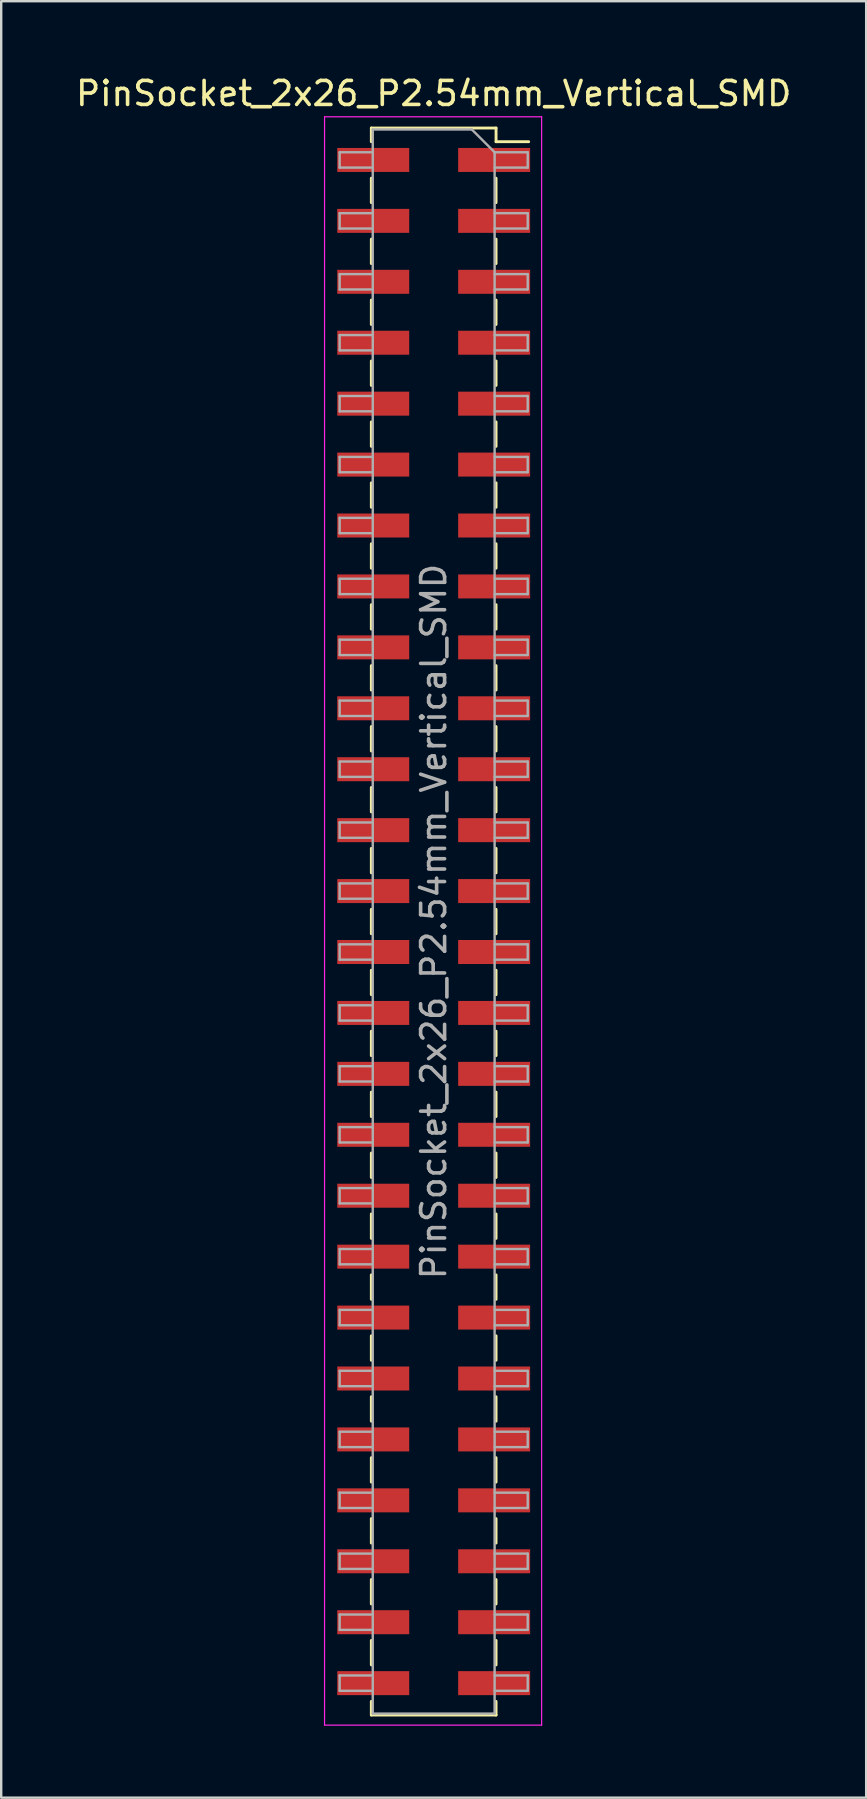
<source format=kicad_pcb>
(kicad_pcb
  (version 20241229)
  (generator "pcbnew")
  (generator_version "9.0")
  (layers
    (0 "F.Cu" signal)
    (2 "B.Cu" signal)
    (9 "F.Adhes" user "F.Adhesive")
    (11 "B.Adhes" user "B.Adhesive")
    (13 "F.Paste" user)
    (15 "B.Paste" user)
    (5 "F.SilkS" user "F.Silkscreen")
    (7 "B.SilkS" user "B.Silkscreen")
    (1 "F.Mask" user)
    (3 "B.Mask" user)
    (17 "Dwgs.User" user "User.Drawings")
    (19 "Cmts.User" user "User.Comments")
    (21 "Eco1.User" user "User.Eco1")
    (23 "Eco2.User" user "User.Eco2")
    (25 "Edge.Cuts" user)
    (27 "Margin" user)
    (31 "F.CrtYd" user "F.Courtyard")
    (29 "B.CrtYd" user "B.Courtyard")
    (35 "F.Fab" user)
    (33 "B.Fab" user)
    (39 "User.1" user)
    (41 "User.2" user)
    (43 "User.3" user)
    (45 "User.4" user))
  (footprint "PinSocket_2x26_P2.54mm_Vertical_SMD"
    (layer "F.Cu")
    (at 15.03 35.368)
    (property "Reference" "PinSocket_2x26_P2.54mm_Vertical_SMD" (at 0 -34.52 0) (layer "F.SilkS") (effects (font (size 1 1) (thickness 0.15))))
    (attr smd)
    (fp_line (start -2.6 -33.08) (end -2.6 -32.51) (stroke (width 0.12) (type solid)) (layer "F.SilkS"))
    (fp_line (start -2.6 -33.08) (end 2.6 -33.08) (stroke (width 0.12) (type solid)) (layer "F.SilkS"))
    (fp_line (start -2.6 -30.99) (end -2.6 -29.97) (stroke (width 0.12) (type solid)) (layer "F.SilkS"))
    (fp_line (start -2.6 -28.45) (end -2.6 -27.43) (stroke (width 0.12) (type solid)) (layer "F.SilkS"))
    (fp_line (start -2.6 -25.91) (end -2.6 -24.89) (stroke (width 0.12) (type solid)) (layer "F.SilkS"))
    (fp_line (start -2.6 -23.37) (end -2.6 -22.35) (stroke (width 0.12) (type solid)) (layer "F.SilkS"))
    (fp_line (start -2.6 -20.83) (end -2.6 -19.81) (stroke (width 0.12) (type solid)) (layer "F.SilkS"))
    (fp_line (start -2.6 -18.29) (end -2.6 -17.27) (stroke (width 0.12) (type solid)) (layer "F.SilkS"))
    (fp_line (start -2.6 -15.75) (end -2.6 -14.73) (stroke (width 0.12) (type solid)) (layer "F.SilkS"))
    (fp_line (start -2.6 -13.21) (end -2.6 -12.19) (stroke (width 0.12) (type solid)) (layer "F.SilkS"))
    (fp_line (start -2.6 -10.67) (end -2.6 -9.65) (stroke (width 0.12) (type solid)) (layer "F.SilkS"))
    (fp_line (start -2.6 -8.13) (end -2.6 -7.11) (stroke (width 0.12) (type solid)) (layer "F.SilkS"))
    (fp_line (start -2.6 -5.59) (end -2.6 -4.57) (stroke (width 0.12) (type solid)) (layer "F.SilkS"))
    (fp_line (start -2.6 -3.05) (end -2.6 -2.03) (stroke (width 0.12) (type solid)) (layer "F.SilkS"))
    (fp_line (start -2.6 -0.51) (end -2.6 0.51) (stroke (width 0.12) (type solid)) (layer "F.SilkS"))
    (fp_line (start -2.6 2.03) (end -2.6 3.05) (stroke (width 0.12) (type solid)) (layer "F.SilkS"))
    (fp_line (start -2.6 4.57) (end -2.6 5.59) (stroke (width 0.12) (type solid)) (layer "F.SilkS"))
    (fp_line (start -2.6 7.11) (end -2.6 8.13) (stroke (width 0.12) (type solid)) (layer "F.SilkS"))
    (fp_line (start -2.6 9.65) (end -2.6 10.67) (stroke (width 0.12) (type solid)) (layer "F.SilkS"))
    (fp_line (start -2.6 12.19) (end -2.6 13.21) (stroke (width 0.12) (type solid)) (layer "F.SilkS"))
    (fp_line (start -2.6 14.73) (end -2.6 15.75) (stroke (width 0.12) (type solid)) (layer "F.SilkS"))
    (fp_line (start -2.6 17.27) (end -2.6 18.29) (stroke (width 0.12) (type solid)) (layer "F.SilkS"))
    (fp_line (start -2.6 19.81) (end -2.6 20.83) (stroke (width 0.12) (type solid)) (layer "F.SilkS"))
    (fp_line (start -2.6 22.35) (end -2.6 23.37) (stroke (width 0.12) (type solid)) (layer "F.SilkS"))
    (fp_line (start -2.6 24.89) (end -2.6 25.91) (stroke (width 0.12) (type solid)) (layer "F.SilkS"))
    (fp_line (start -2.6 27.43) (end -2.6 28.45) (stroke (width 0.12) (type solid)) (layer "F.SilkS"))
    (fp_line (start -2.6 29.97) (end -2.6 30.99) (stroke (width 0.12) (type solid)) (layer "F.SilkS"))
    (fp_line (start -2.6 32.51) (end -2.6 33.08) (stroke (width 0.12) (type solid)) (layer "F.SilkS"))
    (fp_line (start -2.6 33.08) (end 2.6 33.08) (stroke (width 0.12) (type solid)) (layer "F.SilkS"))
    (fp_line (start 2.6 -33.08) (end 2.6 -32.51) (stroke (width 0.12) (type solid)) (layer "F.SilkS"))
    (fp_line (start 2.6 -32.51) (end 3.96 -32.51) (stroke (width 0.12) (type solid)) (layer "F.SilkS"))
    (fp_line (start 2.6 -30.99) (end 2.6 -29.97) (stroke (width 0.12) (type solid)) (layer "F.SilkS"))
    (fp_line (start 2.6 -28.45) (end 2.6 -27.43) (stroke (width 0.12) (type solid)) (layer "F.SilkS"))
    (fp_line (start 2.6 -25.91) (end 2.6 -24.89) (stroke (width 0.12) (type solid)) (layer "F.SilkS"))
    (fp_line (start 2.6 -23.37) (end 2.6 -22.35) (stroke (width 0.12) (type solid)) (layer "F.SilkS"))
    (fp_line (start 2.6 -20.83) (end 2.6 -19.81) (stroke (width 0.12) (type solid)) (layer "F.SilkS"))
    (fp_line (start 2.6 -18.29) (end 2.6 -17.27) (stroke (width 0.12) (type solid)) (layer "F.SilkS"))
    (fp_line (start 2.6 -15.75) (end 2.6 -14.73) (stroke (width 0.12) (type solid)) (layer "F.SilkS"))
    (fp_line (start 2.6 -13.21) (end 2.6 -12.19) (stroke (width 0.12) (type solid)) (layer "F.SilkS"))
    (fp_line (start 2.6 -10.67) (end 2.6 -9.65) (stroke (width 0.12) (type solid)) (layer "F.SilkS"))
    (fp_line (start 2.6 -8.13) (end 2.6 -7.11) (stroke (width 0.12) (type solid)) (layer "F.SilkS"))
    (fp_line (start 2.6 -5.59) (end 2.6 -4.57) (stroke (width 0.12) (type solid)) (layer "F.SilkS"))
    (fp_line (start 2.6 -3.05) (end 2.6 -2.03) (stroke (width 0.12) (type solid)) (layer "F.SilkS"))
    (fp_line (start 2.6 -0.51) (end 2.6 0.51) (stroke (width 0.12) (type solid)) (layer "F.SilkS"))
    (fp_line (start 2.6 2.03) (end 2.6 3.05) (stroke (width 0.12) (type solid)) (layer "F.SilkS"))
    (fp_line (start 2.6 4.57) (end 2.6 5.59) (stroke (width 0.12) (type solid)) (layer "F.SilkS"))
    (fp_line (start 2.6 7.11) (end 2.6 8.13) (stroke (width 0.12) (type solid)) (layer "F.SilkS"))
    (fp_line (start 2.6 9.65) (end 2.6 10.67) (stroke (width 0.12) (type solid)) (layer "F.SilkS"))
    (fp_line (start 2.6 12.19) (end 2.6 13.21) (stroke (width 0.12) (type solid)) (layer "F.SilkS"))
    (fp_line (start 2.6 14.73) (end 2.6 15.75) (stroke (width 0.12) (type solid)) (layer "F.SilkS"))
    (fp_line (start 2.6 17.27) (end 2.6 18.29) (stroke (width 0.12) (type solid)) (layer "F.SilkS"))
    (fp_line (start 2.6 19.81) (end 2.6 20.83) (stroke (width 0.12) (type solid)) (layer "F.SilkS"))
    (fp_line (start 2.6 22.35) (end 2.6 23.37) (stroke (width 0.12) (type solid)) (layer "F.SilkS"))
    (fp_line (start 2.6 24.89) (end 2.6 25.91) (stroke (width 0.12) (type solid)) (layer "F.SilkS"))
    (fp_line (start 2.6 27.43) (end 2.6 28.45) (stroke (width 0.12) (type solid)) (layer "F.SilkS"))
    (fp_line (start 2.6 29.97) (end 2.6 30.99) (stroke (width 0.12) (type solid)) (layer "F.SilkS"))
    (fp_line (start 2.6 32.51) (end 2.6 33.08) (stroke (width 0.12) (type solid)) (layer "F.SilkS"))
    (fp_line (start -4.55 -33.55) (end 4.5 -33.55) (stroke (width 0.05) (type solid)) (layer "F.CrtYd"))
    (fp_line (start -4.55 33.5) (end -4.55 -33.55) (stroke (width 0.05) (type solid)) (layer "F.CrtYd"))
    (fp_line (start 4.5 -33.55) (end 4.5 33.5) (stroke (width 0.05) (type solid)) (layer "F.CrtYd"))
    (fp_line (start 4.5 33.5) (end -4.55 33.5) (stroke (width 0.05) (type solid)) (layer "F.CrtYd"))
    (fp_line (start -3.92 -32.07) (end -2.54 -32.07) (stroke (width 0.1) (type solid)) (layer "F.Fab"))
    (fp_line (start -3.92 -31.43) (end -3.92 -32.07) (stroke (width 0.1) (type solid)) (layer "F.Fab"))
    (fp_line (start -3.92 -29.53) (end -2.54 -29.53) (stroke (width 0.1) (type solid)) (layer "F.Fab"))
    (fp_line (start -3.92 -28.89) (end -3.92 -29.53) (stroke (width 0.1) (type solid)) (layer "F.Fab"))
    (fp_line (start -3.92 -26.99) (end -2.54 -26.99) (stroke (width 0.1) (type solid)) (layer "F.Fab"))
    (fp_line (start -3.92 -26.35) (end -3.92 -26.99) (stroke (width 0.1) (type solid)) (layer "F.Fab"))
    (fp_line (start -3.92 -24.45) (end -2.54 -24.45) (stroke (width 0.1) (type solid)) (layer "F.Fab"))
    (fp_line (start -3.92 -23.81) (end -3.92 -24.45) (stroke (width 0.1) (type solid)) (layer "F.Fab"))
    (fp_line (start -3.92 -21.91) (end -2.54 -21.91) (stroke (width 0.1) (type solid)) (layer "F.Fab"))
    (fp_line (start -3.92 -21.27) (end -3.92 -21.91) (stroke (width 0.1) (type solid)) (layer "F.Fab"))
    (fp_line (start -3.92 -19.37) (end -2.54 -19.37) (stroke (width 0.1) (type solid)) (layer "F.Fab"))
    (fp_line (start -3.92 -18.73) (end -3.92 -19.37) (stroke (width 0.1) (type solid)) (layer "F.Fab"))
    (fp_line (start -3.92 -16.83) (end -2.54 -16.83) (stroke (width 0.1) (type solid)) (layer "F.Fab"))
    (fp_line (start -3.92 -16.19) (end -3.92 -16.83) (stroke (width 0.1) (type solid)) (layer "F.Fab"))
    (fp_line (start -3.92 -14.29) (end -2.54 -14.29) (stroke (width 0.1) (type solid)) (layer "F.Fab"))
    (fp_line (start -3.92 -13.65) (end -3.92 -14.29) (stroke (width 0.1) (type solid)) (layer "F.Fab"))
    (fp_line (start -3.92 -11.75) (end -2.54 -11.75) (stroke (width 0.1) (type solid)) (layer "F.Fab"))
    (fp_line (start -3.92 -11.11) (end -3.92 -11.75) (stroke (width 0.1) (type solid)) (layer "F.Fab"))
    (fp_line (start -3.92 -9.21) (end -2.54 -9.21) (stroke (width 0.1) (type solid)) (layer "F.Fab"))
    (fp_line (start -3.92 -8.57) (end -3.92 -9.21) (stroke (width 0.1) (type solid)) (layer "F.Fab"))
    (fp_line (start -3.92 -6.67) (end -2.54 -6.67) (stroke (width 0.1) (type solid)) (layer "F.Fab"))
    (fp_line (start -3.92 -6.03) (end -3.92 -6.67) (stroke (width 0.1) (type solid)) (layer "F.Fab"))
    (fp_line (start -3.92 -4.13) (end -2.54 -4.13) (stroke (width 0.1) (type solid)) (layer "F.Fab"))
    (fp_line (start -3.92 -3.49) (end -3.92 -4.13) (stroke (width 0.1) (type solid)) (layer "F.Fab"))
    (fp_line (start -3.92 -1.59) (end -2.54 -1.59) (stroke (width 0.1) (type solid)) (layer "F.Fab"))
    (fp_line (start -3.92 -0.95) (end -3.92 -1.59) (stroke (width 0.1) (type solid)) (layer "F.Fab"))
    (fp_line (start -3.92 0.95) (end -2.54 0.95) (stroke (width 0.1) (type solid)) (layer "F.Fab"))
    (fp_line (start -3.92 1.59) (end -3.92 0.95) (stroke (width 0.1) (type solid)) (layer "F.Fab"))
    (fp_line (start -3.92 3.49) (end -2.54 3.49) (stroke (width 0.1) (type solid)) (layer "F.Fab"))
    (fp_line (start -3.92 4.13) (end -3.92 3.49) (stroke (width 0.1) (type solid)) (layer "F.Fab"))
    (fp_line (start -3.92 6.03) (end -2.54 6.03) (stroke (width 0.1) (type solid)) (layer "F.Fab"))
    (fp_line (start -3.92 6.67) (end -3.92 6.03) (stroke (width 0.1) (type solid)) (layer "F.Fab"))
    (fp_line (start -3.92 8.57) (end -2.54 8.57) (stroke (width 0.1) (type solid)) (layer "F.Fab"))
    (fp_line (start -3.92 9.21) (end -3.92 8.57) (stroke (width 0.1) (type solid)) (layer "F.Fab"))
    (fp_line (start -3.92 11.11) (end -2.54 11.11) (stroke (width 0.1) (type solid)) (layer "F.Fab"))
    (fp_line (start -3.92 11.75) (end -3.92 11.11) (stroke (width 0.1) (type solid)) (layer "F.Fab"))
    (fp_line (start -3.92 13.65) (end -2.54 13.65) (stroke (width 0.1) (type solid)) (layer "F.Fab"))
    (fp_line (start -3.92 14.29) (end -3.92 13.65) (stroke (width 0.1) (type solid)) (layer "F.Fab"))
    (fp_line (start -3.92 16.19) (end -2.54 16.19) (stroke (width 0.1) (type solid)) (layer "F.Fab"))
    (fp_line (start -3.92 16.83) (end -3.92 16.19) (stroke (width 0.1) (type solid)) (layer "F.Fab"))
    (fp_line (start -3.92 18.73) (end -2.54 18.73) (stroke (width 0.1) (type solid)) (layer "F.Fab"))
    (fp_line (start -3.92 19.37) (end -3.92 18.73) (stroke (width 0.1) (type solid)) (layer "F.Fab"))
    (fp_line (start -3.92 21.27) (end -2.54 21.27) (stroke (width 0.1) (type solid)) (layer "F.Fab"))
    (fp_line (start -3.92 21.91) (end -3.92 21.27) (stroke (width 0.1) (type solid)) (layer "F.Fab"))
    (fp_line (start -3.92 23.81) (end -2.54 23.81) (stroke (width 0.1) (type solid)) (layer "F.Fab"))
    (fp_line (start -3.92 24.45) (end -3.92 23.81) (stroke (width 0.1) (type solid)) (layer "F.Fab"))
    (fp_line (start -3.92 26.35) (end -2.54 26.35) (stroke (width 0.1) (type solid)) (layer "F.Fab"))
    (fp_line (start -3.92 26.99) (end -3.92 26.35) (stroke (width 0.1) (type solid)) (layer "F.Fab"))
    (fp_line (start -3.92 28.89) (end -2.54 28.89) (stroke (width 0.1) (type solid)) (layer "F.Fab"))
    (fp_line (start -3.92 29.53) (end -3.92 28.89) (stroke (width 0.1) (type solid)) (layer "F.Fab"))
    (fp_line (start -3.92 31.43) (end -2.54 31.43) (stroke (width 0.1) (type solid)) (layer "F.Fab"))
    (fp_line (start -3.92 32.07) (end -3.92 31.43) (stroke (width 0.1) (type solid)) (layer "F.Fab"))
    (fp_line (start -2.54 -33.02) (end 1.59 -33.02) (stroke (width 0.1) (type solid)) (layer "F.Fab"))
    (fp_line (start -2.54 -31.43) (end -3.92 -31.43) (stroke (width 0.1) (type solid)) (layer "F.Fab"))
    (fp_line (start -2.54 -28.89) (end -3.92 -28.89) (stroke (width 0.1) (type solid)) (layer "F.Fab"))
    (fp_line (start -2.54 -26.35) (end -3.92 -26.35) (stroke (width 0.1) (type solid)) (layer "F.Fab"))
    (fp_line (start -2.54 -23.81) (end -3.92 -23.81) (stroke (width 0.1) (type solid)) (layer "F.Fab"))
    (fp_line (start -2.54 -21.27) (end -3.92 -21.27) (stroke (width 0.1) (type solid)) (layer "F.Fab"))
    (fp_line (start -2.54 -18.73) (end -3.92 -18.73) (stroke (width 0.1) (type solid)) (layer "F.Fab"))
    (fp_line (start -2.54 -16.19) (end -3.92 -16.19) (stroke (width 0.1) (type solid)) (layer "F.Fab"))
    (fp_line (start -2.54 -13.65) (end -3.92 -13.65) (stroke (width 0.1) (type solid)) (layer "F.Fab"))
    (fp_line (start -2.54 -11.11) (end -3.92 -11.11) (stroke (width 0.1) (type solid)) (layer "F.Fab"))
    (fp_line (start -2.54 -8.57) (end -3.92 -8.57) (stroke (width 0.1) (type solid)) (layer "F.Fab"))
    (fp_line (start -2.54 -6.03) (end -3.92 -6.03) (stroke (width 0.1) (type solid)) (layer "F.Fab"))
    (fp_line (start -2.54 -3.49) (end -3.92 -3.49) (stroke (width 0.1) (type solid)) (layer "F.Fab"))
    (fp_line (start -2.54 -0.95) (end -3.92 -0.95) (stroke (width 0.1) (type solid)) (layer "F.Fab"))
    (fp_line (start -2.54 1.59) (end -3.92 1.59) (stroke (width 0.1) (type solid)) (layer "F.Fab"))
    (fp_line (start -2.54 4.13) (end -3.92 4.13) (stroke (width 0.1) (type solid)) (layer "F.Fab"))
    (fp_line (start -2.54 6.67) (end -3.92 6.67) (stroke (width 0.1) (type solid)) (layer "F.Fab"))
    (fp_line (start -2.54 9.21) (end -3.92 9.21) (stroke (width 0.1) (type solid)) (layer "F.Fab"))
    (fp_line (start -2.54 11.75) (end -3.92 11.75) (stroke (width 0.1) (type solid)) (layer "F.Fab"))
    (fp_line (start -2.54 14.29) (end -3.92 14.29) (stroke (width 0.1) (type solid)) (layer "F.Fab"))
    (fp_line (start -2.54 16.83) (end -3.92 16.83) (stroke (width 0.1) (type solid)) (layer "F.Fab"))
    (fp_line (start -2.54 19.37) (end -3.92 19.37) (stroke (width 0.1) (type solid)) (layer "F.Fab"))
    (fp_line (start -2.54 21.91) (end -3.92 21.91) (stroke (width 0.1) (type solid)) (layer "F.Fab"))
    (fp_line (start -2.54 24.45) (end -3.92 24.45) (stroke (width 0.1) (type solid)) (layer "F.Fab"))
    (fp_line (start -2.54 26.99) (end -3.92 26.99) (stroke (width 0.1) (type solid)) (layer "F.Fab"))
    (fp_line (start -2.54 29.53) (end -3.92 29.53) (stroke (width 0.1) (type solid)) (layer "F.Fab"))
    (fp_line (start -2.54 32.07) (end -3.92 32.07) (stroke (width 0.1) (type solid)) (layer "F.Fab"))
    (fp_line (start -2.54 33.02) (end -2.54 -33.02) (stroke (width 0.1) (type solid)) (layer "F.Fab"))
    (fp_line (start 1.59 -33.02) (end 2.54 -32.07) (stroke (width 0.1) (type solid)) (layer "F.Fab"))
    (fp_line (start 2.54 -32.07) (end 2.54 33.02) (stroke (width 0.1) (type solid)) (layer "F.Fab"))
    (fp_line (start 2.54 -32.07) (end 3.92 -32.07) (stroke (width 0.1) (type solid)) (layer "F.Fab"))
    (fp_line (start 2.54 -29.53) (end 3.92 -29.53) (stroke (width 0.1) (type solid)) (layer "F.Fab"))
    (fp_line (start 2.54 -26.99) (end 3.92 -26.99) (stroke (width 0.1) (type solid)) (layer "F.Fab"))
    (fp_line (start 2.54 -24.45) (end 3.92 -24.45) (stroke (width 0.1) (type solid)) (layer "F.Fab"))
    (fp_line (start 2.54 -21.91) (end 3.92 -21.91) (stroke (width 0.1) (type solid)) (layer "F.Fab"))
    (fp_line (start 2.54 -19.37) (end 3.92 -19.37) (stroke (width 0.1) (type solid)) (layer "F.Fab"))
    (fp_line (start 2.54 -16.83) (end 3.92 -16.83) (stroke (width 0.1) (type solid)) (layer "F.Fab"))
    (fp_line (start 2.54 -14.29) (end 3.92 -14.29) (stroke (width 0.1) (type solid)) (layer "F.Fab"))
    (fp_line (start 2.54 -11.75) (end 3.92 -11.75) (stroke (width 0.1) (type solid)) (layer "F.Fab"))
    (fp_line (start 2.54 -9.21) (end 3.92 -9.21) (stroke (width 0.1) (type solid)) (layer "F.Fab"))
    (fp_line (start 2.54 -6.67) (end 3.92 -6.67) (stroke (width 0.1) (type solid)) (layer "F.Fab"))
    (fp_line (start 2.54 -4.13) (end 3.92 -4.13) (stroke (width 0.1) (type solid)) (layer "F.Fab"))
    (fp_line (start 2.54 -1.59) (end 3.92 -1.59) (stroke (width 0.1) (type solid)) (layer "F.Fab"))
    (fp_line (start 2.54 0.95) (end 3.92 0.95) (stroke (width 0.1) (type solid)) (layer "F.Fab"))
    (fp_line (start 2.54 3.49) (end 3.92 3.49) (stroke (width 0.1) (type solid)) (layer "F.Fab"))
    (fp_line (start 2.54 6.03) (end 3.92 6.03) (stroke (width 0.1) (type solid)) (layer "F.Fab"))
    (fp_line (start 2.54 8.57) (end 3.92 8.57) (stroke (width 0.1) (type solid)) (layer "F.Fab"))
    (fp_line (start 2.54 11.11) (end 3.92 11.11) (stroke (width 0.1) (type solid)) (layer "F.Fab"))
    (fp_line (start 2.54 13.65) (end 3.92 13.65) (stroke (width 0.1) (type solid)) (layer "F.Fab"))
    (fp_line (start 2.54 16.19) (end 3.92 16.19) (stroke (width 0.1) (type solid)) (layer "F.Fab"))
    (fp_line (start 2.54 18.73) (end 3.92 18.73) (stroke (width 0.1) (type solid)) (layer "F.Fab"))
    (fp_line (start 2.54 21.27) (end 3.92 21.27) (stroke (width 0.1) (type solid)) (layer "F.Fab"))
    (fp_line (start 2.54 23.81) (end 3.92 23.81) (stroke (width 0.1) (type solid)) (layer "F.Fab"))
    (fp_line (start 2.54 26.35) (end 3.92 26.35) (stroke (width 0.1) (type solid)) (layer "F.Fab"))
    (fp_line (start 2.54 28.89) (end 3.92 28.89) (stroke (width 0.1) (type solid)) (layer "F.Fab"))
    (fp_line (start 2.54 31.43) (end 3.92 31.43) (stroke (width 0.1) (type solid)) (layer "F.Fab"))
    (fp_line (start 2.54 33.02) (end -2.54 33.02) (stroke (width 0.1) (type solid)) (layer "F.Fab"))
    (fp_line (start 3.92 -32.07) (end 3.92 -31.43) (stroke (width 0.1) (type solid)) (layer "F.Fab"))
    (fp_line (start 3.92 -31.43) (end 2.54 -31.43) (stroke (width 0.1) (type solid)) (layer "F.Fab"))
    (fp_line (start 3.92 -29.53) (end 3.92 -28.89) (stroke (width 0.1) (type solid)) (layer "F.Fab"))
    (fp_line (start 3.92 -28.89) (end 2.54 -28.89) (stroke (width 0.1) (type solid)) (layer "F.Fab"))
    (fp_line (start 3.92 -26.99) (end 3.92 -26.35) (stroke (width 0.1) (type solid)) (layer "F.Fab"))
    (fp_line (start 3.92 -26.35) (end 2.54 -26.35) (stroke (width 0.1) (type solid)) (layer "F.Fab"))
    (fp_line (start 3.92 -24.45) (end 3.92 -23.81) (stroke (width 0.1) (type solid)) (layer "F.Fab"))
    (fp_line (start 3.92 -23.81) (end 2.54 -23.81) (stroke (width 0.1) (type solid)) (layer "F.Fab"))
    (fp_line (start 3.92 -21.91) (end 3.92 -21.27) (stroke (width 0.1) (type solid)) (layer "F.Fab"))
    (fp_line (start 3.92 -21.27) (end 2.54 -21.27) (stroke (width 0.1) (type solid)) (layer "F.Fab"))
    (fp_line (start 3.92 -19.37) (end 3.92 -18.73) (stroke (width 0.1) (type solid)) (layer "F.Fab"))
    (fp_line (start 3.92 -18.73) (end 2.54 -18.73) (stroke (width 0.1) (type solid)) (layer "F.Fab"))
    (fp_line (start 3.92 -16.83) (end 3.92 -16.19) (stroke (width 0.1) (type solid)) (layer "F.Fab"))
    (fp_line (start 3.92 -16.19) (end 2.54 -16.19) (stroke (width 0.1) (type solid)) (layer "F.Fab"))
    (fp_line (start 3.92 -14.29) (end 3.92 -13.65) (stroke (width 0.1) (type solid)) (layer "F.Fab"))
    (fp_line (start 3.92 -13.65) (end 2.54 -13.65) (stroke (width 0.1) (type solid)) (layer "F.Fab"))
    (fp_line (start 3.92 -11.75) (end 3.92 -11.11) (stroke (width 0.1) (type solid)) (layer "F.Fab"))
    (fp_line (start 3.92 -11.11) (end 2.54 -11.11) (stroke (width 0.1) (type solid)) (layer "F.Fab"))
    (fp_line (start 3.92 -9.21) (end 3.92 -8.57) (stroke (width 0.1) (type solid)) (layer "F.Fab"))
    (fp_line (start 3.92 -8.57) (end 2.54 -8.57) (stroke (width 0.1) (type solid)) (layer "F.Fab"))
    (fp_line (start 3.92 -6.67) (end 3.92 -6.03) (stroke (width 0.1) (type solid)) (layer "F.Fab"))
    (fp_line (start 3.92 -6.03) (end 2.54 -6.03) (stroke (width 0.1) (type solid)) (layer "F.Fab"))
    (fp_line (start 3.92 -4.13) (end 3.92 -3.49) (stroke (width 0.1) (type solid)) (layer "F.Fab"))
    (fp_line (start 3.92 -3.49) (end 2.54 -3.49) (stroke (width 0.1) (type solid)) (layer "F.Fab"))
    (fp_line (start 3.92 -1.59) (end 3.92 -0.95) (stroke (width 0.1) (type solid)) (layer "F.Fab"))
    (fp_line (start 3.92 -0.95) (end 2.54 -0.95) (stroke (width 0.1) (type solid)) (layer "F.Fab"))
    (fp_line (start 3.92 0.95) (end 3.92 1.59) (stroke (width 0.1) (type solid)) (layer "F.Fab"))
    (fp_line (start 3.92 1.59) (end 2.54 1.59) (stroke (width 0.1) (type solid)) (layer "F.Fab"))
    (fp_line (start 3.92 3.49) (end 3.92 4.13) (stroke (width 0.1) (type solid)) (layer "F.Fab"))
    (fp_line (start 3.92 4.13) (end 2.54 4.13) (stroke (width 0.1) (type solid)) (layer "F.Fab"))
    (fp_line (start 3.92 6.03) (end 3.92 6.67) (stroke (width 0.1) (type solid)) (layer "F.Fab"))
    (fp_line (start 3.92 6.67) (end 2.54 6.67) (stroke (width 0.1) (type solid)) (layer "F.Fab"))
    (fp_line (start 3.92 8.57) (end 3.92 9.21) (stroke (width 0.1) (type solid)) (layer "F.Fab"))
    (fp_line (start 3.92 9.21) (end 2.54 9.21) (stroke (width 0.1) (type solid)) (layer "F.Fab"))
    (fp_line (start 3.92 11.11) (end 3.92 11.75) (stroke (width 0.1) (type solid)) (layer "F.Fab"))
    (fp_line (start 3.92 11.75) (end 2.54 11.75) (stroke (width 0.1) (type solid)) (layer "F.Fab"))
    (fp_line (start 3.92 13.65) (end 3.92 14.29) (stroke (width 0.1) (type solid)) (layer "F.Fab"))
    (fp_line (start 3.92 14.29) (end 2.54 14.29) (stroke (width 0.1) (type solid)) (layer "F.Fab"))
    (fp_line (start 3.92 16.19) (end 3.92 16.83) (stroke (width 0.1) (type solid)) (layer "F.Fab"))
    (fp_line (start 3.92 16.83) (end 2.54 16.83) (stroke (width 0.1) (type solid)) (layer "F.Fab"))
    (fp_line (start 3.92 18.73) (end 3.92 19.37) (stroke (width 0.1) (type solid)) (layer "F.Fab"))
    (fp_line (start 3.92 19.37) (end 2.54 19.37) (stroke (width 0.1) (type solid)) (layer "F.Fab"))
    (fp_line (start 3.92 21.27) (end 3.92 21.91) (stroke (width 0.1) (type solid)) (layer "F.Fab"))
    (fp_line (start 3.92 21.91) (end 2.54 21.91) (stroke (width 0.1) (type solid)) (layer "F.Fab"))
    (fp_line (start 3.92 23.81) (end 3.92 24.45) (stroke (width 0.1) (type solid)) (layer "F.Fab"))
    (fp_line (start 3.92 24.45) (end 2.54 24.45) (stroke (width 0.1) (type solid)) (layer "F.Fab"))
    (fp_line (start 3.92 26.35) (end 3.92 26.99) (stroke (width 0.1) (type solid)) (layer "F.Fab"))
    (fp_line (start 3.92 26.99) (end 2.54 26.99) (stroke (width 0.1) (type solid)) (layer "F.Fab"))
    (fp_line (start 3.92 28.89) (end 3.92 29.53) (stroke (width 0.1) (type solid)) (layer "F.Fab"))
    (fp_line (start 3.92 29.53) (end 2.54 29.53) (stroke (width 0.1) (type solid)) (layer "F.Fab"))
    (fp_line (start 3.92 31.43) (end 3.92 32.07) (stroke (width 0.1) (type solid)) (layer "F.Fab"))
    (fp_line (start 3.92 32.07) (end 2.54 32.07) (stroke (width 0.1) (type solid)) (layer "F.Fab"))
    (fp_text user "${REFERENCE}" (at 0 0 90) (layer "F.Fab") (effects (font (size 1 1) (thickness 0.15))))
    (pad "1" smd rect (at 2.52 -31.75) (size 3 1) (layers "F.Cu" "F.Mask" "F.Paste"))
    (pad "2" smd rect (at -2.52 -31.75) (size 3 1) (layers "F.Cu" "F.Mask" "F.Paste"))
    (pad "3" smd rect (at 2.52 -29.21) (size 3 1) (layers "F.Cu" "F.Mask" "F.Paste"))
    (pad "4" smd rect (at -2.52 -29.21) (size 3 1) (layers "F.Cu" "F.Mask" "F.Paste"))
    (pad "5" smd rect (at 2.52 -26.67) (size 3 1) (layers "F.Cu" "F.Mask" "F.Paste"))
    (pad "6" smd rect (at -2.52 -26.67) (size 3 1) (layers "F.Cu" "F.Mask" "F.Paste"))
    (pad "7" smd rect (at 2.52 -24.13) (size 3 1) (layers "F.Cu" "F.Mask" "F.Paste"))
    (pad "8" smd rect (at -2.52 -24.13) (size 3 1) (layers "F.Cu" "F.Mask" "F.Paste"))
    (pad "9" smd rect (at 2.52 -21.59) (size 3 1) (layers "F.Cu" "F.Mask" "F.Paste"))
    (pad "10" smd rect (at -2.52 -21.59) (size 3 1) (layers "F.Cu" "F.Mask" "F.Paste"))
    (pad "11" smd rect (at 2.52 -19.05) (size 3 1) (layers "F.Cu" "F.Mask" "F.Paste"))
    (pad "12" smd rect (at -2.52 -19.05) (size 3 1) (layers "F.Cu" "F.Mask" "F.Paste"))
    (pad "13" smd rect (at 2.52 -16.51) (size 3 1) (layers "F.Cu" "F.Mask" "F.Paste"))
    (pad "14" smd rect (at -2.52 -16.51) (size 3 1) (layers "F.Cu" "F.Mask" "F.Paste"))
    (pad "15" smd rect (at 2.52 -13.97) (size 3 1) (layers "F.Cu" "F.Mask" "F.Paste"))
    (pad "16" smd rect (at -2.52 -13.97) (size 3 1) (layers "F.Cu" "F.Mask" "F.Paste"))
    (pad "17" smd rect (at 2.52 -11.43) (size 3 1) (layers "F.Cu" "F.Mask" "F.Paste"))
    (pad "18" smd rect (at -2.52 -11.43) (size 3 1) (layers "F.Cu" "F.Mask" "F.Paste"))
    (pad "19" smd rect (at 2.52 -8.89) (size 3 1) (layers "F.Cu" "F.Mask" "F.Paste"))
    (pad "20" smd rect (at -2.52 -8.89) (size 3 1) (layers "F.Cu" "F.Mask" "F.Paste"))
    (pad "21" smd rect (at 2.52 -6.35) (size 3 1) (layers "F.Cu" "F.Mask" "F.Paste"))
    (pad "22" smd rect (at -2.52 -6.35) (size 3 1) (layers "F.Cu" "F.Mask" "F.Paste"))
    (pad "23" smd rect (at 2.52 -3.81) (size 3 1) (layers "F.Cu" "F.Mask" "F.Paste"))
    (pad "24" smd rect (at -2.52 -3.81) (size 3 1) (layers "F.Cu" "F.Mask" "F.Paste"))
    (pad "25" smd rect (at 2.52 -1.27) (size 3 1) (layers "F.Cu" "F.Mask" "F.Paste"))
    (pad "26" smd rect (at -2.52 -1.27) (size 3 1) (layers "F.Cu" "F.Mask" "F.Paste"))
    (pad "27" smd rect (at 2.52 1.27) (size 3 1) (layers "F.Cu" "F.Mask" "F.Paste"))
    (pad "28" smd rect (at -2.52 1.27) (size 3 1) (layers "F.Cu" "F.Mask" "F.Paste"))
    (pad "29" smd rect (at 2.52 3.81) (size 3 1) (layers "F.Cu" "F.Mask" "F.Paste"))
    (pad "30" smd rect (at -2.52 3.81) (size 3 1) (layers "F.Cu" "F.Mask" "F.Paste"))
    (pad "31" smd rect (at 2.52 6.35) (size 3 1) (layers "F.Cu" "F.Mask" "F.Paste"))
    (pad "32" smd rect (at -2.52 6.35) (size 3 1) (layers "F.Cu" "F.Mask" "F.Paste"))
    (pad "33" smd rect (at 2.52 8.89) (size 3 1) (layers "F.Cu" "F.Mask" "F.Paste"))
    (pad "34" smd rect (at -2.52 8.89) (size 3 1) (layers "F.Cu" "F.Mask" "F.Paste"))
    (pad "35" smd rect (at 2.52 11.43) (size 3 1) (layers "F.Cu" "F.Mask" "F.Paste"))
    (pad "36" smd rect (at -2.52 11.43) (size 3 1) (layers "F.Cu" "F.Mask" "F.Paste"))
    (pad "37" smd rect (at 2.52 13.97) (size 3 1) (layers "F.Cu" "F.Mask" "F.Paste"))
    (pad "38" smd rect (at -2.52 13.97) (size 3 1) (layers "F.Cu" "F.Mask" "F.Paste"))
    (pad "39" smd rect (at 2.52 16.51) (size 3 1) (layers "F.Cu" "F.Mask" "F.Paste"))
    (pad "40" smd rect (at -2.52 16.51) (size 3 1) (layers "F.Cu" "F.Mask" "F.Paste"))
    (pad "41" smd rect (at 2.52 19.05) (size 3 1) (layers "F.Cu" "F.Mask" "F.Paste"))
    (pad "42" smd rect (at -2.52 19.05) (size 3 1) (layers "F.Cu" "F.Mask" "F.Paste"))
    (pad "43" smd rect (at 2.52 21.59) (size 3 1) (layers "F.Cu" "F.Mask" "F.Paste"))
    (pad "44" smd rect (at -2.52 21.59) (size 3 1) (layers "F.Cu" "F.Mask" "F.Paste"))
    (pad "45" smd rect (at 2.52 24.13) (size 3 1) (layers "F.Cu" "F.Mask" "F.Paste"))
    (pad "46" smd rect (at -2.52 24.13) (size 3 1) (layers "F.Cu" "F.Mask" "F.Paste"))
    (pad "47" smd rect (at 2.52 26.67) (size 3 1) (layers "F.Cu" "F.Mask" "F.Paste"))
    (pad "48" smd rect (at -2.52 26.67) (size 3 1) (layers "F.Cu" "F.Mask" "F.Paste"))
    (pad "49" smd rect (at 2.52 29.21) (size 3 1) (layers "F.Cu" "F.Mask" "F.Paste"))
    (pad "50" smd rect (at -2.52 29.21) (size 3 1) (layers "F.Cu" "F.Mask" "F.Paste"))
    (pad "51" smd rect (at 2.52 31.75) (size 3 1) (layers "F.Cu" "F.Mask" "F.Paste"))
    (pad "52" smd rect (at -2.52 31.75) (size 3 1) (layers "F.Cu" "F.Mask" "F.Paste")))
  (gr_rect
    (start -3 -3)
    (end 33.06 71.893)
    (stroke (width 0.1) (type default))
    (fill no)
    (layer "Edge.Cuts")))
</source>
